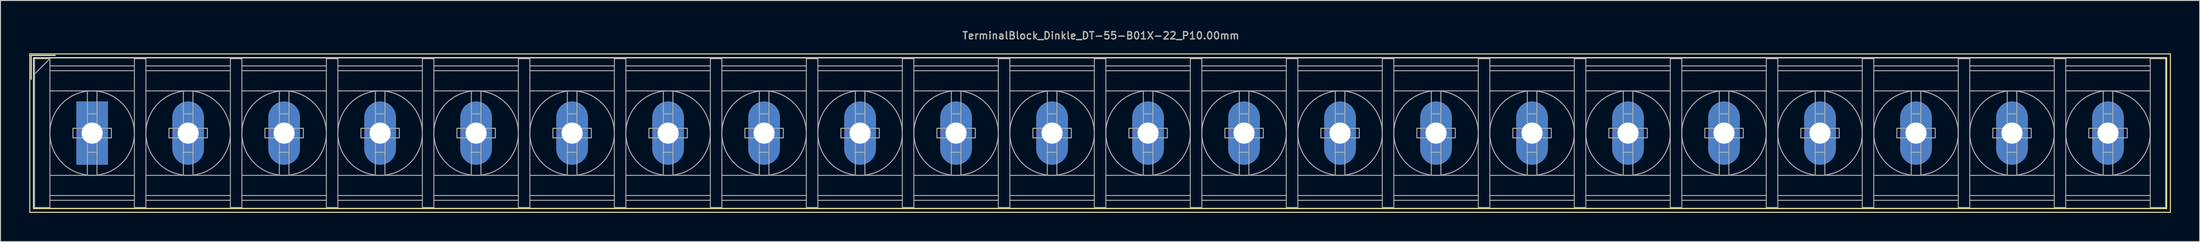
<source format=kicad_pcb>
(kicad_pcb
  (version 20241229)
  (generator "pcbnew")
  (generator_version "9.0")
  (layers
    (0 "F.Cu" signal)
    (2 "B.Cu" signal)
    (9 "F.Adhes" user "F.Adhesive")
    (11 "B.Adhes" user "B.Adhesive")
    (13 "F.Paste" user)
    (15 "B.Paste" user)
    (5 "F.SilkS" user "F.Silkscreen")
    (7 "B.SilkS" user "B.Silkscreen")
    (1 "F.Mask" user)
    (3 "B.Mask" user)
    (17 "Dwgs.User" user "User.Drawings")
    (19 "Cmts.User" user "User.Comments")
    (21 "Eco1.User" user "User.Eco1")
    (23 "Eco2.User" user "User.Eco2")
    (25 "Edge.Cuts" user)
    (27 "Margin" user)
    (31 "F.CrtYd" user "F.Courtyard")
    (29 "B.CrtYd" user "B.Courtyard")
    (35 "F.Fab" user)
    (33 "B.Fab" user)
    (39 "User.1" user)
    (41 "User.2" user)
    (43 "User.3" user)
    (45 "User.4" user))
  (footprint "TerminalBlock_Dinkle_DT-55-B01X-22_P10.00mm"
    (layer "F.Cu")
    (at 6.55 10.818)
    (property "Reference" "TerminalBlock_Dinkle_DT-55-B01X-22_P10.00mm" (at 105.08 -10.16 0) (layer "F.SilkS") (effects (font (size 0.75 0.75) (thickness 0.125))))
    (attr through_hole)
    (fp_line (start -6.5 -8.25) (end 216.5 -8.25) (stroke (width 0.1) (type solid)) (layer "F.SilkS"))
    (fp_line (start -6.5 8.25) (end -6.5 -8.25) (stroke (width 0.1) (type solid)) (layer "F.SilkS"))
    (fp_line (start -6.5 8.25) (end 216.5 8.25) (stroke (width 0.1) (type solid)) (layer "F.SilkS"))
    (fp_line (start -6.35 -8.1) (end -3.85 -8.1) (stroke (width 0.12) (type solid)) (layer "F.SilkS"))
    (fp_line (start -6.35 -5.6) (end -6.35 -8.1) (stroke (width 0.12) (type solid)) (layer "F.SilkS"))
    (fp_line (start -6.1 -7.85) (end 216.1 -7.85) (stroke (width 0.12) (type solid)) (layer "F.SilkS"))
    (fp_line (start -6.1 7.85) (end -6.1 -7.85) (stroke (width 0.12) (type solid)) (layer "F.SilkS"))
    (fp_line (start -6.1 7.85) (end 216.1 7.85) (stroke (width 0.12) (type solid)) (layer "F.SilkS"))
    (fp_line (start 216.1 -7.85) (end 216.1 7.85) (stroke (width 0.12) (type solid)) (layer "F.SilkS"))
    (fp_line (start 216.5 -8.25) (end 216.5 8.25) (stroke (width 0.1) (type solid)) (layer "F.SilkS"))
    (fp_line (start -6 -7.75) (end -6 7.75) (stroke (width 0.1) (type solid)) (layer "F.Fab"))
    (fp_line (start -6 -7.75) (end -4.4 -7.75) (stroke (width 0.1) (type solid)) (layer "F.Fab"))
    (fp_line (start -6 7.75) (end -4.4 7.75) (stroke (width 0.1) (type solid)) (layer "F.Fab"))
    (fp_line (start -4.4 -7.75) (end -6 -6.15) (stroke (width 0.1) (type solid)) (layer "F.Fab"))
    (fp_line (start -4.4 -7.75) (end -4.4 7.75) (stroke (width 0.1) (type solid)) (layer "F.Fab"))
    (fp_line (start -4.4 -7) (end 4.4 -7) (stroke (width 0.1) (type solid)) (layer "F.Fab"))
    (fp_line (start -4.4 -6.5) (end 4.4 -6.5) (stroke (width 0.1) (type solid)) (layer "F.Fab"))
    (fp_line (start -4.4 -4.4) (end 4.4 -4.4) (stroke (width 0.1) (type solid)) (layer "F.Fab"))
    (fp_line (start -4.4 4.4) (end 4.4 4.4) (stroke (width 0.1) (type solid)) (layer "F.Fab"))
    (fp_line (start -4.4 6.5) (end 4.4 6.5) (stroke (width 0.1) (type solid)) (layer "F.Fab"))
    (fp_line (start -4.4 7) (end 4.4 7) (stroke (width 0.1) (type solid)) (layer "F.Fab"))
    (fp_line (start -2 -0.5) (end -2 0.5) (stroke (width 0.1) (type solid)) (layer "F.Fab"))
    (fp_line (start -2 0.5) (end -0.5 0.5) (stroke (width 0.1) (type solid)) (layer "F.Fab"))
    (fp_line (start -0.5 -4.35) (end -0.5 -0.5) (stroke (width 0.1) (type solid)) (layer "F.Fab"))
    (fp_line (start -0.5 -2) (end 0.5 -2) (stroke (width 0.1) (type solid)) (layer "F.Fab"))
    (fp_line (start -0.5 -0.5) (end -2 -0.5) (stroke (width 0.1) (type solid)) (layer "F.Fab"))
    (fp_line (start -0.5 0.5) (end -0.5 4.35) (stroke (width 0.1) (type solid)) (layer "F.Fab"))
    (fp_line (start -0.5 2) (end 0.5 2) (stroke (width 0.1) (type solid)) (layer "F.Fab"))
    (fp_line (start 0.5 -4.35) (end 0.5 -0.5) (stroke (width 0.1) (type solid)) (layer "F.Fab"))
    (fp_line (start 0.5 -0.5) (end 2 -0.5) (stroke (width 0.1) (type solid)) (layer "F.Fab"))
    (fp_line (start 0.5 0.5) (end 0.5 4.35) (stroke (width 0.1) (type solid)) (layer "F.Fab"))
    (fp_line (start 2 -0.5) (end 2 0.5) (stroke (width 0.1) (type solid)) (layer "F.Fab"))
    (fp_line (start 2 0.5) (end 0.5 0.5) (stroke (width 0.1) (type solid)) (layer "F.Fab"))
    (fp_line (start 4.4 -7.75) (end 4.4 7.75) (stroke (width 0.1) (type solid)) (layer "F.Fab"))
    (fp_line (start 4.4 -7.75) (end 5.6 -7.75) (stroke (width 0.1) (type solid)) (layer "F.Fab"))
    (fp_line (start 4.4 7.75) (end 5.6 7.75) (stroke (width 0.1) (type solid)) (layer "F.Fab"))
    (fp_line (start 5.6 -7.75) (end 5.6 7.75) (stroke (width 0.1) (type solid)) (layer "F.Fab"))
    (fp_line (start 5.6 -7) (end 14.4 -7) (stroke (width 0.1) (type solid)) (layer "F.Fab"))
    (fp_line (start 5.6 -6.5) (end 14.4 -6.5) (stroke (width 0.1) (type solid)) (layer "F.Fab"))
    (fp_line (start 5.6 -4.4) (end 14.4 -4.4) (stroke (width 0.1) (type solid)) (layer "F.Fab"))
    (fp_line (start 5.6 4.4) (end 14.4 4.4) (stroke (width 0.1) (type solid)) (layer "F.Fab"))
    (fp_line (start 5.6 6.5) (end 14.4 6.5) (stroke (width 0.1) (type solid)) (layer "F.Fab"))
    (fp_line (start 5.6 7) (end 14.4 7) (stroke (width 0.1) (type solid)) (layer "F.Fab"))
    (fp_line (start 8 -0.5) (end 8 0.5) (stroke (width 0.1) (type solid)) (layer "F.Fab"))
    (fp_line (start 8 0.5) (end 9.5 0.5) (stroke (width 0.1) (type solid)) (layer "F.Fab"))
    (fp_line (start 9.5 -4.35) (end 9.5 -0.5) (stroke (width 0.1) (type solid)) (layer "F.Fab"))
    (fp_line (start 9.5 -2) (end 10.5 -2) (stroke (width 0.1) (type solid)) (layer "F.Fab"))
    (fp_line (start 9.5 -0.5) (end 8 -0.5) (stroke (width 0.1) (type solid)) (layer "F.Fab"))
    (fp_line (start 9.5 0.5) (end 9.5 4.35) (stroke (width 0.1) (type solid)) (layer "F.Fab"))
    (fp_line (start 9.5 2) (end 10.5 2) (stroke (width 0.1) (type solid)) (layer "F.Fab"))
    (fp_line (start 10.5 -4.35) (end 10.5 -0.5) (stroke (width 0.1) (type solid)) (layer "F.Fab"))
    (fp_line (start 10.5 -0.5) (end 12 -0.5) (stroke (width 0.1) (type solid)) (layer "F.Fab"))
    (fp_line (start 10.5 0.5) (end 10.5 4.35) (stroke (width 0.1) (type solid)) (layer "F.Fab"))
    (fp_line (start 12 -0.5) (end 12 0.5) (stroke (width 0.1) (type solid)) (layer "F.Fab"))
    (fp_line (start 12 0.5) (end 10.5 0.5) (stroke (width 0.1) (type solid)) (layer "F.Fab"))
    (fp_line (start 14.4 -7.75) (end 14.4 7.75) (stroke (width 0.1) (type solid)) (layer "F.Fab"))
    (fp_line (start 14.4 -7.75) (end 15.6 -7.75) (stroke (width 0.1) (type solid)) (layer "F.Fab"))
    (fp_line (start 14.4 7.75) (end 15.6 7.75) (stroke (width 0.1) (type solid)) (layer "F.Fab"))
    (fp_line (start 15.6 -7.75) (end 15.6 7.75) (stroke (width 0.1) (type solid)) (layer "F.Fab"))
    (fp_line (start 15.6 -7) (end 24.4 -7) (stroke (width 0.1) (type solid)) (layer "F.Fab"))
    (fp_line (start 15.6 -6.5) (end 24.4 -6.5) (stroke (width 0.1) (type solid)) (layer "F.Fab"))
    (fp_line (start 15.6 -4.4) (end 24.4 -4.4) (stroke (width 0.1) (type solid)) (layer "F.Fab"))
    (fp_line (start 15.6 4.4) (end 24.4 4.4) (stroke (width 0.1) (type solid)) (layer "F.Fab"))
    (fp_line (start 15.6 6.5) (end 24.4 6.5) (stroke (width 0.1) (type solid)) (layer "F.Fab"))
    (fp_line (start 15.6 7) (end 24.4 7) (stroke (width 0.1) (type solid)) (layer "F.Fab"))
    (fp_line (start 18 -0.5) (end 18 0.5) (stroke (width 0.1) (type solid)) (layer "F.Fab"))
    (fp_line (start 18 0.5) (end 19.5 0.5) (stroke (width 0.1) (type solid)) (layer "F.Fab"))
    (fp_line (start 19.5 -4.35) (end 19.5 -0.5) (stroke (width 0.1) (type solid)) (layer "F.Fab"))
    (fp_line (start 19.5 -2) (end 20.5 -2) (stroke (width 0.1) (type solid)) (layer "F.Fab"))
    (fp_line (start 19.5 -0.5) (end 18 -0.5) (stroke (width 0.1) (type solid)) (layer "F.Fab"))
    (fp_line (start 19.5 0.5) (end 19.5 4.35) (stroke (width 0.1) (type solid)) (layer "F.Fab"))
    (fp_line (start 19.5 2) (end 20.5 2) (stroke (width 0.1) (type solid)) (layer "F.Fab"))
    (fp_line (start 20.5 -4.35) (end 20.5 -0.5) (stroke (width 0.1) (type solid)) (layer "F.Fab"))
    (fp_line (start 20.5 -0.5) (end 22 -0.5) (stroke (width 0.1) (type solid)) (layer "F.Fab"))
    (fp_line (start 20.5 0.5) (end 20.5 4.35) (stroke (width 0.1) (type solid)) (layer "F.Fab"))
    (fp_line (start 22 -0.5) (end 22 0.5) (stroke (width 0.1) (type solid)) (layer "F.Fab"))
    (fp_line (start 22 0.5) (end 20.5 0.5) (stroke (width 0.1) (type solid)) (layer "F.Fab"))
    (fp_line (start 24.4 -7.75) (end 24.4 7.75) (stroke (width 0.1) (type solid)) (layer "F.Fab"))
    (fp_line (start 24.4 -7.75) (end 25.6 -7.75) (stroke (width 0.1) (type solid)) (layer "F.Fab"))
    (fp_line (start 24.4 7.75) (end 25.6 7.75) (stroke (width 0.1) (type solid)) (layer "F.Fab"))
    (fp_line (start 25.6 -7.75) (end 25.6 7.75) (stroke (width 0.1) (type solid)) (layer "F.Fab"))
    (fp_line (start 25.6 -7) (end 34.4 -7) (stroke (width 0.1) (type solid)) (layer "F.Fab"))
    (fp_line (start 25.6 -6.5) (end 34.4 -6.5) (stroke (width 0.1) (type solid)) (layer "F.Fab"))
    (fp_line (start 25.6 -4.4) (end 34.4 -4.4) (stroke (width 0.1) (type solid)) (layer "F.Fab"))
    (fp_line (start 25.6 4.4) (end 34.4 4.4) (stroke (width 0.1) (type solid)) (layer "F.Fab"))
    (fp_line (start 25.6 6.5) (end 34.4 6.5) (stroke (width 0.1) (type solid)) (layer "F.Fab"))
    (fp_line (start 25.6 7) (end 34.4 7) (stroke (width 0.1) (type solid)) (layer "F.Fab"))
    (fp_line (start 28 -0.5) (end 28 0.5) (stroke (width 0.1) (type solid)) (layer "F.Fab"))
    (fp_line (start 28 0.5) (end 29.5 0.5) (stroke (width 0.1) (type solid)) (layer "F.Fab"))
    (fp_line (start 29.5 -4.35) (end 29.5 -0.5) (stroke (width 0.1) (type solid)) (layer "F.Fab"))
    (fp_line (start 29.5 -2) (end 30.5 -2) (stroke (width 0.1) (type solid)) (layer "F.Fab"))
    (fp_line (start 29.5 -0.5) (end 28 -0.5) (stroke (width 0.1) (type solid)) (layer "F.Fab"))
    (fp_line (start 29.5 0.5) (end 29.5 4.35) (stroke (width 0.1) (type solid)) (layer "F.Fab"))
    (fp_line (start 29.5 2) (end 30.5 2) (stroke (width 0.1) (type solid)) (layer "F.Fab"))
    (fp_line (start 30.5 -4.35) (end 30.5 -0.5) (stroke (width 0.1) (type solid)) (layer "F.Fab"))
    (fp_line (start 30.5 -0.5) (end 32 -0.5) (stroke (width 0.1) (type solid)) (layer "F.Fab"))
    (fp_line (start 30.5 0.5) (end 30.5 4.35) (stroke (width 0.1) (type solid)) (layer "F.Fab"))
    (fp_line (start 32 -0.5) (end 32 0.5) (stroke (width 0.1) (type solid)) (layer "F.Fab"))
    (fp_line (start 32 0.5) (end 30.5 0.5) (stroke (width 0.1) (type solid)) (layer "F.Fab"))
    (fp_line (start 34.4 -7.75) (end 34.4 7.75) (stroke (width 0.1) (type solid)) (layer "F.Fab"))
    (fp_line (start 34.4 -7.75) (end 35.6 -7.75) (stroke (width 0.1) (type solid)) (layer "F.Fab"))
    (fp_line (start 34.4 7.75) (end 35.6 7.75) (stroke (width 0.1) (type solid)) (layer "F.Fab"))
    (fp_line (start 35.6 -7.75) (end 35.6 7.75) (stroke (width 0.1) (type solid)) (layer "F.Fab"))
    (fp_line (start 35.6 -7) (end 44.4 -7) (stroke (width 0.1) (type solid)) (layer "F.Fab"))
    (fp_line (start 35.6 -6.5) (end 44.4 -6.5) (stroke (width 0.1) (type solid)) (layer "F.Fab"))
    (fp_line (start 35.6 -4.4) (end 44.4 -4.4) (stroke (width 0.1) (type solid)) (layer "F.Fab"))
    (fp_line (start 35.6 4.4) (end 44.4 4.4) (stroke (width 0.1) (type solid)) (layer "F.Fab"))
    (fp_line (start 35.6 6.5) (end 44.4 6.5) (stroke (width 0.1) (type solid)) (layer "F.Fab"))
    (fp_line (start 35.6 7) (end 44.4 7) (stroke (width 0.1) (type solid)) (layer "F.Fab"))
    (fp_line (start 38 -0.5) (end 38 0.5) (stroke (width 0.1) (type solid)) (layer "F.Fab"))
    (fp_line (start 38 0.5) (end 39.5 0.5) (stroke (width 0.1) (type solid)) (layer "F.Fab"))
    (fp_line (start 39.5 -4.35) (end 39.5 -0.5) (stroke (width 0.1) (type solid)) (layer "F.Fab"))
    (fp_line (start 39.5 -2) (end 40.5 -2) (stroke (width 0.1) (type solid)) (layer "F.Fab"))
    (fp_line (start 39.5 -0.5) (end 38 -0.5) (stroke (width 0.1) (type solid)) (layer "F.Fab"))
    (fp_line (start 39.5 0.5) (end 39.5 4.35) (stroke (width 0.1) (type solid)) (layer "F.Fab"))
    (fp_line (start 39.5 2) (end 40.5 2) (stroke (width 0.1) (type solid)) (layer "F.Fab"))
    (fp_line (start 40.5 -4.35) (end 40.5 -0.5) (stroke (width 0.1) (type solid)) (layer "F.Fab"))
    (fp_line (start 40.5 -0.5) (end 42 -0.5) (stroke (width 0.1) (type solid)) (layer "F.Fab"))
    (fp_line (start 40.5 0.5) (end 40.5 4.35) (stroke (width 0.1) (type solid)) (layer "F.Fab"))
    (fp_line (start 42 -0.5) (end 42 0.5) (stroke (width 0.1) (type solid)) (layer "F.Fab"))
    (fp_line (start 42 0.5) (end 40.5 0.5) (stroke (width 0.1) (type solid)) (layer "F.Fab"))
    (fp_line (start 44.4 -7.75) (end 44.4 7.75) (stroke (width 0.1) (type solid)) (layer "F.Fab"))
    (fp_line (start 44.4 -7.75) (end 45.6 -7.75) (stroke (width 0.1) (type solid)) (layer "F.Fab"))
    (fp_line (start 44.4 7.75) (end 45.6 7.75) (stroke (width 0.1) (type solid)) (layer "F.Fab"))
    (fp_line (start 45.6 -7.75) (end 45.6 7.75) (stroke (width 0.1) (type solid)) (layer "F.Fab"))
    (fp_line (start 45.6 -7) (end 54.4 -7) (stroke (width 0.1) (type solid)) (layer "F.Fab"))
    (fp_line (start 45.6 -6.5) (end 54.4 -6.5) (stroke (width 0.1) (type solid)) (layer "F.Fab"))
    (fp_line (start 45.6 -4.4) (end 54.4 -4.4) (stroke (width 0.1) (type solid)) (layer "F.Fab"))
    (fp_line (start 45.6 4.4) (end 54.4 4.4) (stroke (width 0.1) (type solid)) (layer "F.Fab"))
    (fp_line (start 45.6 6.5) (end 54.4 6.5) (stroke (width 0.1) (type solid)) (layer "F.Fab"))
    (fp_line (start 45.6 7) (end 54.4 7) (stroke (width 0.1) (type solid)) (layer "F.Fab"))
    (fp_line (start 48 -0.5) (end 48 0.5) (stroke (width 0.1) (type solid)) (layer "F.Fab"))
    (fp_line (start 48 0.5) (end 49.5 0.5) (stroke (width 0.1) (type solid)) (layer "F.Fab"))
    (fp_line (start 49.5 -4.35) (end 49.5 -0.5) (stroke (width 0.1) (type solid)) (layer "F.Fab"))
    (fp_line (start 49.5 -2) (end 50.5 -2) (stroke (width 0.1) (type solid)) (layer "F.Fab"))
    (fp_line (start 49.5 -0.5) (end 48 -0.5) (stroke (width 0.1) (type solid)) (layer "F.Fab"))
    (fp_line (start 49.5 0.5) (end 49.5 4.35) (stroke (width 0.1) (type solid)) (layer "F.Fab"))
    (fp_line (start 49.5 2) (end 50.5 2) (stroke (width 0.1) (type solid)) (layer "F.Fab"))
    (fp_line (start 50.5 -4.35) (end 50.5 -0.5) (stroke (width 0.1) (type solid)) (layer "F.Fab"))
    (fp_line (start 50.5 -0.5) (end 52 -0.5) (stroke (width 0.1) (type solid)) (layer "F.Fab"))
    (fp_line (start 50.5 0.5) (end 50.5 4.35) (stroke (width 0.1) (type solid)) (layer "F.Fab"))
    (fp_line (start 52 -0.5) (end 52 0.5) (stroke (width 0.1) (type solid)) (layer "F.Fab"))
    (fp_line (start 52 0.5) (end 50.5 0.5) (stroke (width 0.1) (type solid)) (layer "F.Fab"))
    (fp_line (start 54.4 -7.75) (end 54.4 7.75) (stroke (width 0.1) (type solid)) (layer "F.Fab"))
    (fp_line (start 54.4 -7.75) (end 55.6 -7.75) (stroke (width 0.1) (type solid)) (layer "F.Fab"))
    (fp_line (start 54.4 7.75) (end 55.6 7.75) (stroke (width 0.1) (type solid)) (layer "F.Fab"))
    (fp_line (start 55.6 -7.75) (end 55.6 7.75) (stroke (width 0.1) (type solid)) (layer "F.Fab"))
    (fp_line (start 55.6 -7) (end 64.4 -7) (stroke (width 0.1) (type solid)) (layer "F.Fab"))
    (fp_line (start 55.6 -6.5) (end 64.4 -6.5) (stroke (width 0.1) (type solid)) (layer "F.Fab"))
    (fp_line (start 55.6 -4.4) (end 64.4 -4.4) (stroke (width 0.1) (type solid)) (layer "F.Fab"))
    (fp_line (start 55.6 4.4) (end 64.4 4.4) (stroke (width 0.1) (type solid)) (layer "F.Fab"))
    (fp_line (start 55.6 6.5) (end 64.4 6.5) (stroke (width 0.1) (type solid)) (layer "F.Fab"))
    (fp_line (start 55.6 7) (end 64.4 7) (stroke (width 0.1) (type solid)) (layer "F.Fab"))
    (fp_line (start 58 -0.5) (end 58 0.5) (stroke (width 0.1) (type solid)) (layer "F.Fab"))
    (fp_line (start 58 0.5) (end 59.5 0.5) (stroke (width 0.1) (type solid)) (layer "F.Fab"))
    (fp_line (start 59.5 -4.35) (end 59.5 -0.5) (stroke (width 0.1) (type solid)) (layer "F.Fab"))
    (fp_line (start 59.5 -2) (end 60.5 -2) (stroke (width 0.1) (type solid)) (layer "F.Fab"))
    (fp_line (start 59.5 -0.5) (end 58 -0.5) (stroke (width 0.1) (type solid)) (layer "F.Fab"))
    (fp_line (start 59.5 0.5) (end 59.5 4.35) (stroke (width 0.1) (type solid)) (layer "F.Fab"))
    (fp_line (start 59.5 2) (end 60.5 2) (stroke (width 0.1) (type solid)) (layer "F.Fab"))
    (fp_line (start 60.5 -4.35) (end 60.5 -0.5) (stroke (width 0.1) (type solid)) (layer "F.Fab"))
    (fp_line (start 60.5 -0.5) (end 62 -0.5) (stroke (width 0.1) (type solid)) (layer "F.Fab"))
    (fp_line (start 60.5 0.5) (end 60.5 4.35) (stroke (width 0.1) (type solid)) (layer "F.Fab"))
    (fp_line (start 62 -0.5) (end 62 0.5) (stroke (width 0.1) (type solid)) (layer "F.Fab"))
    (fp_line (start 62 0.5) (end 60.5 0.5) (stroke (width 0.1) (type solid)) (layer "F.Fab"))
    (fp_line (start 64.4 -7.75) (end 64.4 7.75) (stroke (width 0.1) (type solid)) (layer "F.Fab"))
    (fp_line (start 64.4 -7.75) (end 65.6 -7.75) (stroke (width 0.1) (type solid)) (layer "F.Fab"))
    (fp_line (start 64.4 7.75) (end 65.6 7.75) (stroke (width 0.1) (type solid)) (layer "F.Fab"))
    (fp_line (start 65.6 -7.75) (end 65.6 7.75) (stroke (width 0.1) (type solid)) (layer "F.Fab"))
    (fp_line (start 65.6 -7) (end 74.4 -7) (stroke (width 0.1) (type solid)) (layer "F.Fab"))
    (fp_line (start 65.6 -6.5) (end 74.4 -6.5) (stroke (width 0.1) (type solid)) (layer "F.Fab"))
    (fp_line (start 65.6 -4.4) (end 74.4 -4.4) (stroke (width 0.1) (type solid)) (layer "F.Fab"))
    (fp_line (start 65.6 4.4) (end 74.4 4.4) (stroke (width 0.1) (type solid)) (layer "F.Fab"))
    (fp_line (start 65.6 6.5) (end 74.4 6.5) (stroke (width 0.1) (type solid)) (layer "F.Fab"))
    (fp_line (start 65.6 7) (end 74.4 7) (stroke (width 0.1) (type solid)) (layer "F.Fab"))
    (fp_line (start 68 -0.5) (end 68 0.5) (stroke (width 0.1) (type solid)) (layer "F.Fab"))
    (fp_line (start 68 0.5) (end 69.5 0.5) (stroke (width 0.1) (type solid)) (layer "F.Fab"))
    (fp_line (start 69.5 -4.35) (end 69.5 -0.5) (stroke (width 0.1) (type solid)) (layer "F.Fab"))
    (fp_line (start 69.5 -2) (end 70.5 -2) (stroke (width 0.1) (type solid)) (layer "F.Fab"))
    (fp_line (start 69.5 -0.5) (end 68 -0.5) (stroke (width 0.1) (type solid)) (layer "F.Fab"))
    (fp_line (start 69.5 0.5) (end 69.5 4.35) (stroke (width 0.1) (type solid)) (layer "F.Fab"))
    (fp_line (start 69.5 2) (end 70.5 2) (stroke (width 0.1) (type solid)) (layer "F.Fab"))
    (fp_line (start 70.5 -4.35) (end 70.5 -0.5) (stroke (width 0.1) (type solid)) (layer "F.Fab"))
    (fp_line (start 70.5 -0.5) (end 72 -0.5) (stroke (width 0.1) (type solid)) (layer "F.Fab"))
    (fp_line (start 70.5 0.5) (end 70.5 4.35) (stroke (width 0.1) (type solid)) (layer "F.Fab"))
    (fp_line (start 72 -0.5) (end 72 0.5) (stroke (width 0.1) (type solid)) (layer "F.Fab"))
    (fp_line (start 72 0.5) (end 70.5 0.5) (stroke (width 0.1) (type solid)) (layer "F.Fab"))
    (fp_line (start 74.4 -7.75) (end 74.4 7.75) (stroke (width 0.1) (type solid)) (layer "F.Fab"))
    (fp_line (start 74.4 -7.75) (end 75.6 -7.75) (stroke (width 0.1) (type solid)) (layer "F.Fab"))
    (fp_line (start 74.4 7.75) (end 75.6 7.75) (stroke (width 0.1) (type solid)) (layer "F.Fab"))
    (fp_line (start 75.6 -7.75) (end 75.6 7.75) (stroke (width 0.1) (type solid)) (layer "F.Fab"))
    (fp_line (start 75.6 -7) (end 84.4 -7) (stroke (width 0.1) (type solid)) (layer "F.Fab"))
    (fp_line (start 75.6 -6.5) (end 84.4 -6.5) (stroke (width 0.1) (type solid)) (layer "F.Fab"))
    (fp_line (start 75.6 -4.4) (end 84.4 -4.4) (stroke (width 0.1) (type solid)) (layer "F.Fab"))
    (fp_line (start 75.6 4.4) (end 84.4 4.4) (stroke (width 0.1) (type solid)) (layer "F.Fab"))
    (fp_line (start 75.6 6.5) (end 84.4 6.5) (stroke (width 0.1) (type solid)) (layer "F.Fab"))
    (fp_line (start 75.6 7) (end 84.4 7) (stroke (width 0.1) (type solid)) (layer "F.Fab"))
    (fp_line (start 78 -0.5) (end 78 0.5) (stroke (width 0.1) (type solid)) (layer "F.Fab"))
    (fp_line (start 78 0.5) (end 79.5 0.5) (stroke (width 0.1) (type solid)) (layer "F.Fab"))
    (fp_line (start 79.5 -4.35) (end 79.5 -0.5) (stroke (width 0.1) (type solid)) (layer "F.Fab"))
    (fp_line (start 79.5 -2) (end 80.5 -2) (stroke (width 0.1) (type solid)) (layer "F.Fab"))
    (fp_line (start 79.5 -0.5) (end 78 -0.5) (stroke (width 0.1) (type solid)) (layer "F.Fab"))
    (fp_line (start 79.5 0.5) (end 79.5 4.35) (stroke (width 0.1) (type solid)) (layer "F.Fab"))
    (fp_line (start 79.5 2) (end 80.5 2) (stroke (width 0.1) (type solid)) (layer "F.Fab"))
    (fp_line (start 80.5 -4.35) (end 80.5 -0.5) (stroke (width 0.1) (type solid)) (layer "F.Fab"))
    (fp_line (start 80.5 -0.5) (end 82 -0.5) (stroke (width 0.1) (type solid)) (layer "F.Fab"))
    (fp_line (start 80.5 0.5) (end 80.5 4.35) (stroke (width 0.1) (type solid)) (layer "F.Fab"))
    (fp_line (start 82 -0.5) (end 82 0.5) (stroke (width 0.1) (type solid)) (layer "F.Fab"))
    (fp_line (start 82 0.5) (end 80.5 0.5) (stroke (width 0.1) (type solid)) (layer "F.Fab"))
    (fp_line (start 84.4 -7.75) (end 84.4 7.75) (stroke (width 0.1) (type solid)) (layer "F.Fab"))
    (fp_line (start 84.4 -7.75) (end 85.6 -7.75) (stroke (width 0.1) (type solid)) (layer "F.Fab"))
    (fp_line (start 84.4 7.75) (end 85.6 7.75) (stroke (width 0.1) (type solid)) (layer "F.Fab"))
    (fp_line (start 85.6 -7.75) (end 85.6 7.75) (stroke (width 0.1) (type solid)) (layer "F.Fab"))
    (fp_line (start 85.6 -7) (end 94.4 -7) (stroke (width 0.1) (type solid)) (layer "F.Fab"))
    (fp_line (start 85.6 -6.5) (end 94.4 -6.5) (stroke (width 0.1) (type solid)) (layer "F.Fab"))
    (fp_line (start 85.6 -4.4) (end 94.4 -4.4) (stroke (width 0.1) (type solid)) (layer "F.Fab"))
    (fp_line (start 85.6 4.4) (end 94.4 4.4) (stroke (width 0.1) (type solid)) (layer "F.Fab"))
    (fp_line (start 85.6 6.5) (end 94.4 6.5) (stroke (width 0.1) (type solid)) (layer "F.Fab"))
    (fp_line (start 85.6 7) (end 94.4 7) (stroke (width 0.1) (type solid)) (layer "F.Fab"))
    (fp_line (start 88 -0.5) (end 88 0.5) (stroke (width 0.1) (type solid)) (layer "F.Fab"))
    (fp_line (start 88 0.5) (end 89.5 0.5) (stroke (width 0.1) (type solid)) (layer "F.Fab"))
    (fp_line (start 89.5 -4.35) (end 89.5 -0.5) (stroke (width 0.1) (type solid)) (layer "F.Fab"))
    (fp_line (start 89.5 -2) (end 90.5 -2) (stroke (width 0.1) (type solid)) (layer "F.Fab"))
    (fp_line (start 89.5 -0.5) (end 88 -0.5) (stroke (width 0.1) (type solid)) (layer "F.Fab"))
    (fp_line (start 89.5 0.5) (end 89.5 4.35) (stroke (width 0.1) (type solid)) (layer "F.Fab"))
    (fp_line (start 89.5 2) (end 90.5 2) (stroke (width 0.1) (type solid)) (layer "F.Fab"))
    (fp_line (start 90.5 -4.35) (end 90.5 -0.5) (stroke (width 0.1) (type solid)) (layer "F.Fab"))
    (fp_line (start 90.5 -0.5) (end 92 -0.5) (stroke (width 0.1) (type solid)) (layer "F.Fab"))
    (fp_line (start 90.5 0.5) (end 90.5 4.35) (stroke (width 0.1) (type solid)) (layer "F.Fab"))
    (fp_line (start 92 -0.5) (end 92 0.5) (stroke (width 0.1) (type solid)) (layer "F.Fab"))
    (fp_line (start 92 0.5) (end 90.5 0.5) (stroke (width 0.1) (type solid)) (layer "F.Fab"))
    (fp_line (start 94.4 -7.75) (end 94.4 7.75) (stroke (width 0.1) (type solid)) (layer "F.Fab"))
    (fp_line (start 94.4 -7.75) (end 95.6 -7.75) (stroke (width 0.1) (type solid)) (layer "F.Fab"))
    (fp_line (start 94.4 7.75) (end 95.6 7.75) (stroke (width 0.1) (type solid)) (layer "F.Fab"))
    (fp_line (start 95.6 -7.75) (end 95.6 7.75) (stroke (width 0.1) (type solid)) (layer "F.Fab"))
    (fp_line (start 95.6 -7) (end 104.4 -7) (stroke (width 0.1) (type solid)) (layer "F.Fab"))
    (fp_line (start 95.6 -6.5) (end 104.4 -6.5) (stroke (width 0.1) (type solid)) (layer "F.Fab"))
    (fp_line (start 95.6 -4.4) (end 104.4 -4.4) (stroke (width 0.1) (type solid)) (layer "F.Fab"))
    (fp_line (start 95.6 4.4) (end 104.4 4.4) (stroke (width 0.1) (type solid)) (layer "F.Fab"))
    (fp_line (start 95.6 6.5) (end 104.4 6.5) (stroke (width 0.1) (type solid)) (layer "F.Fab"))
    (fp_line (start 95.6 7) (end 104.4 7) (stroke (width 0.1) (type solid)) (layer "F.Fab"))
    (fp_line (start 98 -0.5) (end 98 0.5) (stroke (width 0.1) (type solid)) (layer "F.Fab"))
    (fp_line (start 98 0.5) (end 99.5 0.5) (stroke (width 0.1) (type solid)) (layer "F.Fab"))
    (fp_line (start 99.5 -4.35) (end 99.5 -0.5) (stroke (width 0.1) (type solid)) (layer "F.Fab"))
    (fp_line (start 99.5 -2) (end 100.5 -2) (stroke (width 0.1) (type solid)) (layer "F.Fab"))
    (fp_line (start 99.5 -0.5) (end 98 -0.5) (stroke (width 0.1) (type solid)) (layer "F.Fab"))
    (fp_line (start 99.5 0.5) (end 99.5 4.35) (stroke (width 0.1) (type solid)) (layer "F.Fab"))
    (fp_line (start 99.5 2) (end 100.5 2) (stroke (width 0.1) (type solid)) (layer "F.Fab"))
    (fp_line (start 100.5 -4.35) (end 100.5 -0.5) (stroke (width 0.1) (type solid)) (layer "F.Fab"))
    (fp_line (start 100.5 -0.5) (end 102 -0.5) (stroke (width 0.1) (type solid)) (layer "F.Fab"))
    (fp_line (start 100.5 0.5) (end 100.5 4.35) (stroke (width 0.1) (type solid)) (layer "F.Fab"))
    (fp_line (start 102 -0.5) (end 102 0.5) (stroke (width 0.1) (type solid)) (layer "F.Fab"))
    (fp_line (start 102 0.5) (end 100.5 0.5) (stroke (width 0.1) (type solid)) (layer "F.Fab"))
    (fp_line (start 104.4 -7.75) (end 104.4 7.75) (stroke (width 0.1) (type solid)) (layer "F.Fab"))
    (fp_line (start 104.4 -7.75) (end 105.6 -7.75) (stroke (width 0.1) (type solid)) (layer "F.Fab"))
    (fp_line (start 104.4 7.75) (end 105.6 7.75) (stroke (width 0.1) (type solid)) (layer "F.Fab"))
    (fp_line (start 105.6 -7.75) (end 105.6 7.75) (stroke (width 0.1) (type solid)) (layer "F.Fab"))
    (fp_line (start 105.6 -7) (end 114.4 -7) (stroke (width 0.1) (type solid)) (layer "F.Fab"))
    (fp_line (start 105.6 -6.5) (end 114.4 -6.5) (stroke (width 0.1) (type solid)) (layer "F.Fab"))
    (fp_line (start 105.6 -4.4) (end 114.4 -4.4) (stroke (width 0.1) (type solid)) (layer "F.Fab"))
    (fp_line (start 105.6 4.4) (end 114.4 4.4) (stroke (width 0.1) (type solid)) (layer "F.Fab"))
    (fp_line (start 105.6 6.5) (end 114.4 6.5) (stroke (width 0.1) (type solid)) (layer "F.Fab"))
    (fp_line (start 105.6 7) (end 114.4 7) (stroke (width 0.1) (type solid)) (layer "F.Fab"))
    (fp_line (start 108 -0.5) (end 108 0.5) (stroke (width 0.1) (type solid)) (layer "F.Fab"))
    (fp_line (start 108 0.5) (end 109.5 0.5) (stroke (width 0.1) (type solid)) (layer "F.Fab"))
    (fp_line (start 109.5 -4.35) (end 109.5 -0.5) (stroke (width 0.1) (type solid)) (layer "F.Fab"))
    (fp_line (start 109.5 -2) (end 110.5 -2) (stroke (width 0.1) (type solid)) (layer "F.Fab"))
    (fp_line (start 109.5 -0.5) (end 108 -0.5) (stroke (width 0.1) (type solid)) (layer "F.Fab"))
    (fp_line (start 109.5 0.5) (end 109.5 4.35) (stroke (width 0.1) (type solid)) (layer "F.Fab"))
    (fp_line (start 109.5 2) (end 110.5 2) (stroke (width 0.1) (type solid)) (layer "F.Fab"))
    (fp_line (start 110.5 -4.35) (end 110.5 -0.5) (stroke (width 0.1) (type solid)) (layer "F.Fab"))
    (fp_line (start 110.5 -0.5) (end 112 -0.5) (stroke (width 0.1) (type solid)) (layer "F.Fab"))
    (fp_line (start 110.5 0.5) (end 110.5 4.35) (stroke (width 0.1) (type solid)) (layer "F.Fab"))
    (fp_line (start 112 -0.5) (end 112 0.5) (stroke (width 0.1) (type solid)) (layer "F.Fab"))
    (fp_line (start 112 0.5) (end 110.5 0.5) (stroke (width 0.1) (type solid)) (layer "F.Fab"))
    (fp_line (start 114.4 -7.75) (end 114.4 7.75) (stroke (width 0.1) (type solid)) (layer "F.Fab"))
    (fp_line (start 114.4 -7.75) (end 115.6 -7.75) (stroke (width 0.1) (type solid)) (layer "F.Fab"))
    (fp_line (start 114.4 7.75) (end 115.6 7.75) (stroke (width 0.1) (type solid)) (layer "F.Fab"))
    (fp_line (start 115.6 -7.75) (end 115.6 7.75) (stroke (width 0.1) (type solid)) (layer "F.Fab"))
    (fp_line (start 115.6 -7) (end 124.4 -7) (stroke (width 0.1) (type solid)) (layer "F.Fab"))
    (fp_line (start 115.6 -6.5) (end 124.4 -6.5) (stroke (width 0.1) (type solid)) (layer "F.Fab"))
    (fp_line (start 115.6 -4.4) (end 124.4 -4.4) (stroke (width 0.1) (type solid)) (layer "F.Fab"))
    (fp_line (start 115.6 4.4) (end 124.4 4.4) (stroke (width 0.1) (type solid)) (layer "F.Fab"))
    (fp_line (start 115.6 6.5) (end 124.4 6.5) (stroke (width 0.1) (type solid)) (layer "F.Fab"))
    (fp_line (start 115.6 7) (end 124.4 7) (stroke (width 0.1) (type solid)) (layer "F.Fab"))
    (fp_line (start 118 -0.5) (end 118 0.5) (stroke (width 0.1) (type solid)) (layer "F.Fab"))
    (fp_line (start 118 0.5) (end 119.5 0.5) (stroke (width 0.1) (type solid)) (layer "F.Fab"))
    (fp_line (start 119.5 -4.35) (end 119.5 -0.5) (stroke (width 0.1) (type solid)) (layer "F.Fab"))
    (fp_line (start 119.5 -2) (end 120.5 -2) (stroke (width 0.1) (type solid)) (layer "F.Fab"))
    (fp_line (start 119.5 -0.5) (end 118 -0.5) (stroke (width 0.1) (type solid)) (layer "F.Fab"))
    (fp_line (start 119.5 0.5) (end 119.5 4.35) (stroke (width 0.1) (type solid)) (layer "F.Fab"))
    (fp_line (start 119.5 2) (end 120.5 2) (stroke (width 0.1) (type solid)) (layer "F.Fab"))
    (fp_line (start 120.5 -4.35) (end 120.5 -0.5) (stroke (width 0.1) (type solid)) (layer "F.Fab"))
    (fp_line (start 120.5 -0.5) (end 122 -0.5) (stroke (width 0.1) (type solid)) (layer "F.Fab"))
    (fp_line (start 120.5 0.5) (end 120.5 4.35) (stroke (width 0.1) (type solid)) (layer "F.Fab"))
    (fp_line (start 122 -0.5) (end 122 0.5) (stroke (width 0.1) (type solid)) (layer "F.Fab"))
    (fp_line (start 122 0.5) (end 120.5 0.5) (stroke (width 0.1) (type solid)) (layer "F.Fab"))
    (fp_line (start 124.4 -7.75) (end 124.4 7.75) (stroke (width 0.1) (type solid)) (layer "F.Fab"))
    (fp_line (start 124.4 -7.75) (end 125.6 -7.75) (stroke (width 0.1) (type solid)) (layer "F.Fab"))
    (fp_line (start 124.4 7.75) (end 125.6 7.75) (stroke (width 0.1) (type solid)) (layer "F.Fab"))
    (fp_line (start 125.6 -7.75) (end 125.6 7.75) (stroke (width 0.1) (type solid)) (layer "F.Fab"))
    (fp_line (start 125.6 -7) (end 134.4 -7) (stroke (width 0.1) (type solid)) (layer "F.Fab"))
    (fp_line (start 125.6 -6.5) (end 134.4 -6.5) (stroke (width 0.1) (type solid)) (layer "F.Fab"))
    (fp_line (start 125.6 -4.4) (end 134.4 -4.4) (stroke (width 0.1) (type solid)) (layer "F.Fab"))
    (fp_line (start 125.6 4.4) (end 134.4 4.4) (stroke (width 0.1) (type solid)) (layer "F.Fab"))
    (fp_line (start 125.6 6.5) (end 134.4 6.5) (stroke (width 0.1) (type solid)) (layer "F.Fab"))
    (fp_line (start 125.6 7) (end 134.4 7) (stroke (width 0.1) (type solid)) (layer "F.Fab"))
    (fp_line (start 128 -0.5) (end 128 0.5) (stroke (width 0.1) (type solid)) (layer "F.Fab"))
    (fp_line (start 128 0.5) (end 129.5 0.5) (stroke (width 0.1) (type solid)) (layer "F.Fab"))
    (fp_line (start 129.5 -4.35) (end 129.5 -0.5) (stroke (width 0.1) (type solid)) (layer "F.Fab"))
    (fp_line (start 129.5 -2) (end 130.5 -2) (stroke (width 0.1) (type solid)) (layer "F.Fab"))
    (fp_line (start 129.5 -0.5) (end 128 -0.5) (stroke (width 0.1) (type solid)) (layer "F.Fab"))
    (fp_line (start 129.5 0.5) (end 129.5 4.35) (stroke (width 0.1) (type solid)) (layer "F.Fab"))
    (fp_line (start 129.5 2) (end 130.5 2) (stroke (width 0.1) (type solid)) (layer "F.Fab"))
    (fp_line (start 130.5 -4.35) (end 130.5 -0.5) (stroke (width 0.1) (type solid)) (layer "F.Fab"))
    (fp_line (start 130.5 -0.5) (end 132 -0.5) (stroke (width 0.1) (type solid)) (layer "F.Fab"))
    (fp_line (start 130.5 0.5) (end 130.5 4.35) (stroke (width 0.1) (type solid)) (layer "F.Fab"))
    (fp_line (start 132 -0.5) (end 132 0.5) (stroke (width 0.1) (type solid)) (layer "F.Fab"))
    (fp_line (start 132 0.5) (end 130.5 0.5) (stroke (width 0.1) (type solid)) (layer "F.Fab"))
    (fp_line (start 134.4 -7.75) (end 134.4 7.75) (stroke (width 0.1) (type solid)) (layer "F.Fab"))
    (fp_line (start 134.4 -7.75) (end 135.6 -7.75) (stroke (width 0.1) (type solid)) (layer "F.Fab"))
    (fp_line (start 134.4 7.75) (end 135.6 7.75) (stroke (width 0.1) (type solid)) (layer "F.Fab"))
    (fp_line (start 135.6 -7.75) (end 135.6 7.75) (stroke (width 0.1) (type solid)) (layer "F.Fab"))
    (fp_line (start 135.6 -7) (end 144.4 -7) (stroke (width 0.1) (type solid)) (layer "F.Fab"))
    (fp_line (start 135.6 -6.5) (end 144.4 -6.5) (stroke (width 0.1) (type solid)) (layer "F.Fab"))
    (fp_line (start 135.6 -4.4) (end 144.4 -4.4) (stroke (width 0.1) (type solid)) (layer "F.Fab"))
    (fp_line (start 135.6 4.4) (end 144.4 4.4) (stroke (width 0.1) (type solid)) (layer "F.Fab"))
    (fp_line (start 135.6 6.5) (end 144.4 6.5) (stroke (width 0.1) (type solid)) (layer "F.Fab"))
    (fp_line (start 135.6 7) (end 144.4 7) (stroke (width 0.1) (type solid)) (layer "F.Fab"))
    (fp_line (start 138 -0.5) (end 138 0.5) (stroke (width 0.1) (type solid)) (layer "F.Fab"))
    (fp_line (start 138 0.5) (end 139.5 0.5) (stroke (width 0.1) (type solid)) (layer "F.Fab"))
    (fp_line (start 139.5 -4.35) (end 139.5 -0.5) (stroke (width 0.1) (type solid)) (layer "F.Fab"))
    (fp_line (start 139.5 -2) (end 140.5 -2) (stroke (width 0.1) (type solid)) (layer "F.Fab"))
    (fp_line (start 139.5 -0.5) (end 138 -0.5) (stroke (width 0.1) (type solid)) (layer "F.Fab"))
    (fp_line (start 139.5 0.5) (end 139.5 4.35) (stroke (width 0.1) (type solid)) (layer "F.Fab"))
    (fp_line (start 139.5 2) (end 140.5 2) (stroke (width 0.1) (type solid)) (layer "F.Fab"))
    (fp_line (start 140.5 -4.35) (end 140.5 -0.5) (stroke (width 0.1) (type solid)) (layer "F.Fab"))
    (fp_line (start 140.5 -0.5) (end 142 -0.5) (stroke (width 0.1) (type solid)) (layer "F.Fab"))
    (fp_line (start 140.5 0.5) (end 140.5 4.35) (stroke (width 0.1) (type solid)) (layer "F.Fab"))
    (fp_line (start 142 -0.5) (end 142 0.5) (stroke (width 0.1) (type solid)) (layer "F.Fab"))
    (fp_line (start 142 0.5) (end 140.5 0.5) (stroke (width 0.1) (type solid)) (layer "F.Fab"))
    (fp_line (start 144.4 -7.75) (end 144.4 7.75) (stroke (width 0.1) (type solid)) (layer "F.Fab"))
    (fp_line (start 144.4 -7.75) (end 145.6 -7.75) (stroke (width 0.1) (type solid)) (layer "F.Fab"))
    (fp_line (start 144.4 7.75) (end 145.6 7.75) (stroke (width 0.1) (type solid)) (layer "F.Fab"))
    (fp_line (start 145.6 -7.75) (end 145.6 7.75) (stroke (width 0.1) (type solid)) (layer "F.Fab"))
    (fp_line (start 145.6 -7) (end 154.4 -7) (stroke (width 0.1) (type solid)) (layer "F.Fab"))
    (fp_line (start 145.6 -6.5) (end 154.4 -6.5) (stroke (width 0.1) (type solid)) (layer "F.Fab"))
    (fp_line (start 145.6 -4.4) (end 154.4 -4.4) (stroke (width 0.1) (type solid)) (layer "F.Fab"))
    (fp_line (start 145.6 4.4) (end 154.4 4.4) (stroke (width 0.1) (type solid)) (layer "F.Fab"))
    (fp_line (start 145.6 6.5) (end 154.4 6.5) (stroke (width 0.1) (type solid)) (layer "F.Fab"))
    (fp_line (start 145.6 7) (end 154.4 7) (stroke (width 0.1) (type solid)) (layer "F.Fab"))
    (fp_line (start 148 -0.5) (end 148 0.5) (stroke (width 0.1) (type solid)) (layer "F.Fab"))
    (fp_line (start 148 0.5) (end 149.5 0.5) (stroke (width 0.1) (type solid)) (layer "F.Fab"))
    (fp_line (start 149.5 -4.35) (end 149.5 -0.5) (stroke (width 0.1) (type solid)) (layer "F.Fab"))
    (fp_line (start 149.5 -2) (end 150.5 -2) (stroke (width 0.1) (type solid)) (layer "F.Fab"))
    (fp_line (start 149.5 -0.5) (end 148 -0.5) (stroke (width 0.1) (type solid)) (layer "F.Fab"))
    (fp_line (start 149.5 0.5) (end 149.5 4.35) (stroke (width 0.1) (type solid)) (layer "F.Fab"))
    (fp_line (start 149.5 2) (end 150.5 2) (stroke (width 0.1) (type solid)) (layer "F.Fab"))
    (fp_line (start 150.5 -4.35) (end 150.5 -0.5) (stroke (width 0.1) (type solid)) (layer "F.Fab"))
    (fp_line (start 150.5 -0.5) (end 152 -0.5) (stroke (width 0.1) (type solid)) (layer "F.Fab"))
    (fp_line (start 150.5 0.5) (end 150.5 4.35) (stroke (width 0.1) (type solid)) (layer "F.Fab"))
    (fp_line (start 152 -0.5) (end 152 0.5) (stroke (width 0.1) (type solid)) (layer "F.Fab"))
    (fp_line (start 152 0.5) (end 150.5 0.5) (stroke (width 0.1) (type solid)) (layer "F.Fab"))
    (fp_line (start 154.4 -7.75) (end 154.4 7.75) (stroke (width 0.1) (type solid)) (layer "F.Fab"))
    (fp_line (start 154.4 -7.75) (end 155.6 -7.75) (stroke (width 0.1) (type solid)) (layer "F.Fab"))
    (fp_line (start 154.4 7.75) (end 155.6 7.75) (stroke (width 0.1) (type solid)) (layer "F.Fab"))
    (fp_line (start 155.6 -7.75) (end 155.6 7.75) (stroke (width 0.1) (type solid)) (layer "F.Fab"))
    (fp_line (start 155.6 -7) (end 164.4 -7) (stroke (width 0.1) (type solid)) (layer "F.Fab"))
    (fp_line (start 155.6 -6.5) (end 164.4 -6.5) (stroke (width 0.1) (type solid)) (layer "F.Fab"))
    (fp_line (start 155.6 -4.4) (end 164.4 -4.4) (stroke (width 0.1) (type solid)) (layer "F.Fab"))
    (fp_line (start 155.6 4.4) (end 164.4 4.4) (stroke (width 0.1) (type solid)) (layer "F.Fab"))
    (fp_line (start 155.6 6.5) (end 164.4 6.5) (stroke (width 0.1) (type solid)) (layer "F.Fab"))
    (fp_line (start 155.6 7) (end 164.4 7) (stroke (width 0.1) (type solid)) (layer "F.Fab"))
    (fp_line (start 158 -0.5) (end 158 0.5) (stroke (width 0.1) (type solid)) (layer "F.Fab"))
    (fp_line (start 158 0.5) (end 159.5 0.5) (stroke (width 0.1) (type solid)) (layer "F.Fab"))
    (fp_line (start 159.5 -4.35) (end 159.5 -0.5) (stroke (width 0.1) (type solid)) (layer "F.Fab"))
    (fp_line (start 159.5 -2) (end 160.5 -2) (stroke (width 0.1) (type solid)) (layer "F.Fab"))
    (fp_line (start 159.5 -0.5) (end 158 -0.5) (stroke (width 0.1) (type solid)) (layer "F.Fab"))
    (fp_line (start 159.5 0.5) (end 159.5 4.35) (stroke (width 0.1) (type solid)) (layer "F.Fab"))
    (fp_line (start 159.5 2) (end 160.5 2) (stroke (width 0.1) (type solid)) (layer "F.Fab"))
    (fp_line (start 160.5 -4.35) (end 160.5 -0.5) (stroke (width 0.1) (type solid)) (layer "F.Fab"))
    (fp_line (start 160.5 -0.5) (end 162 -0.5) (stroke (width 0.1) (type solid)) (layer "F.Fab"))
    (fp_line (start 160.5 0.5) (end 160.5 4.35) (stroke (width 0.1) (type solid)) (layer "F.Fab"))
    (fp_line (start 162 -0.5) (end 162 0.5) (stroke (width 0.1) (type solid)) (layer "F.Fab"))
    (fp_line (start 162 0.5) (end 160.5 0.5) (stroke (width 0.1) (type solid)) (layer "F.Fab"))
    (fp_line (start 164.4 -7.75) (end 164.4 7.75) (stroke (width 0.1) (type solid)) (layer "F.Fab"))
    (fp_line (start 164.4 -7.75) (end 165.6 -7.75) (stroke (width 0.1) (type solid)) (layer "F.Fab"))
    (fp_line (start 164.4 7.75) (end 165.6 7.75) (stroke (width 0.1) (type solid)) (layer "F.Fab"))
    (fp_line (start 165.6 -7.75) (end 165.6 7.75) (stroke (width 0.1) (type solid)) (layer "F.Fab"))
    (fp_line (start 165.6 -7) (end 174.4 -7) (stroke (width 0.1) (type solid)) (layer "F.Fab"))
    (fp_line (start 165.6 -6.5) (end 174.4 -6.5) (stroke (width 0.1) (type solid)) (layer "F.Fab"))
    (fp_line (start 165.6 -4.4) (end 174.4 -4.4) (stroke (width 0.1) (type solid)) (layer "F.Fab"))
    (fp_line (start 165.6 4.4) (end 174.4 4.4) (stroke (width 0.1) (type solid)) (layer "F.Fab"))
    (fp_line (start 165.6 6.5) (end 174.4 6.5) (stroke (width 0.1) (type solid)) (layer "F.Fab"))
    (fp_line (start 165.6 7) (end 174.4 7) (stroke (width 0.1) (type solid)) (layer "F.Fab"))
    (fp_line (start 168 -0.5) (end 168 0.5) (stroke (width 0.1) (type solid)) (layer "F.Fab"))
    (fp_line (start 168 0.5) (end 169.5 0.5) (stroke (width 0.1) (type solid)) (layer "F.Fab"))
    (fp_line (start 169.5 -4.35) (end 169.5 -0.5) (stroke (width 0.1) (type solid)) (layer "F.Fab"))
    (fp_line (start 169.5 -2) (end 170.5 -2) (stroke (width 0.1) (type solid)) (layer "F.Fab"))
    (fp_line (start 169.5 -0.5) (end 168 -0.5) (stroke (width 0.1) (type solid)) (layer "F.Fab"))
    (fp_line (start 169.5 0.5) (end 169.5 4.35) (stroke (width 0.1) (type solid)) (layer "F.Fab"))
    (fp_line (start 169.5 2) (end 170.5 2) (stroke (width 0.1) (type solid)) (layer "F.Fab"))
    (fp_line (start 170.5 -4.35) (end 170.5 -0.5) (stroke (width 0.1) (type solid)) (layer "F.Fab"))
    (fp_line (start 170.5 -0.5) (end 172 -0.5) (stroke (width 0.1) (type solid)) (layer "F.Fab"))
    (fp_line (start 170.5 0.5) (end 170.5 4.35) (stroke (width 0.1) (type solid)) (layer "F.Fab"))
    (fp_line (start 172 -0.5) (end 172 0.5) (stroke (width 0.1) (type solid)) (layer "F.Fab"))
    (fp_line (start 172 0.5) (end 170.5 0.5) (stroke (width 0.1) (type solid)) (layer "F.Fab"))
    (fp_line (start 174.4 -7.75) (end 174.4 7.75) (stroke (width 0.1) (type solid)) (layer "F.Fab"))
    (fp_line (start 174.4 -7.75) (end 175.6 -7.75) (stroke (width 0.1) (type solid)) (layer "F.Fab"))
    (fp_line (start 174.4 7.75) (end 175.6 7.75) (stroke (width 0.1) (type solid)) (layer "F.Fab"))
    (fp_line (start 175.6 -7.75) (end 175.6 7.75) (stroke (width 0.1) (type solid)) (layer "F.Fab"))
    (fp_line (start 175.6 -7) (end 184.4 -7) (stroke (width 0.1) (type solid)) (layer "F.Fab"))
    (fp_line (start 175.6 -6.5) (end 184.4 -6.5) (stroke (width 0.1) (type solid)) (layer "F.Fab"))
    (fp_line (start 175.6 -4.4) (end 184.4 -4.4) (stroke (width 0.1) (type solid)) (layer "F.Fab"))
    (fp_line (start 175.6 4.4) (end 184.4 4.4) (stroke (width 0.1) (type solid)) (layer "F.Fab"))
    (fp_line (start 175.6 6.5) (end 184.4 6.5) (stroke (width 0.1) (type solid)) (layer "F.Fab"))
    (fp_line (start 175.6 7) (end 184.4 7) (stroke (width 0.1) (type solid)) (layer "F.Fab"))
    (fp_line (start 178 -0.5) (end 178 0.5) (stroke (width 0.1) (type solid)) (layer "F.Fab"))
    (fp_line (start 178 0.5) (end 179.5 0.5) (stroke (width 0.1) (type solid)) (layer "F.Fab"))
    (fp_line (start 179.5 -4.35) (end 179.5 -0.5) (stroke (width 0.1) (type solid)) (layer "F.Fab"))
    (fp_line (start 179.5 -2) (end 180.5 -2) (stroke (width 0.1) (type solid)) (layer "F.Fab"))
    (fp_line (start 179.5 -0.5) (end 178 -0.5) (stroke (width 0.1) (type solid)) (layer "F.Fab"))
    (fp_line (start 179.5 0.5) (end 179.5 4.35) (stroke (width 0.1) (type solid)) (layer "F.Fab"))
    (fp_line (start 179.5 2) (end 180.5 2) (stroke (width 0.1) (type solid)) (layer "F.Fab"))
    (fp_line (start 180.5 -4.35) (end 180.5 -0.5) (stroke (width 0.1) (type solid)) (layer "F.Fab"))
    (fp_line (start 180.5 -0.5) (end 182 -0.5) (stroke (width 0.1) (type solid)) (layer "F.Fab"))
    (fp_line (start 180.5 0.5) (end 180.5 4.35) (stroke (width 0.1) (type solid)) (layer "F.Fab"))
    (fp_line (start 182 -0.5) (end 182 0.5) (stroke (width 0.1) (type solid)) (layer "F.Fab"))
    (fp_line (start 182 0.5) (end 180.5 0.5) (stroke (width 0.1) (type solid)) (layer "F.Fab"))
    (fp_line (start 184.4 -7.75) (end 184.4 7.75) (stroke (width 0.1) (type solid)) (layer "F.Fab"))
    (fp_line (start 184.4 -7.75) (end 185.6 -7.75) (stroke (width 0.1) (type solid)) (layer "F.Fab"))
    (fp_line (start 184.4 7.75) (end 185.6 7.75) (stroke (width 0.1) (type solid)) (layer "F.Fab"))
    (fp_line (start 185.6 -7.75) (end 185.6 7.75) (stroke (width 0.1) (type solid)) (layer "F.Fab"))
    (fp_line (start 185.6 -7) (end 194.4 -7) (stroke (width 0.1) (type solid)) (layer "F.Fab"))
    (fp_line (start 185.6 -6.5) (end 194.4 -6.5) (stroke (width 0.1) (type solid)) (layer "F.Fab"))
    (fp_line (start 185.6 -4.4) (end 194.4 -4.4) (stroke (width 0.1) (type solid)) (layer "F.Fab"))
    (fp_line (start 185.6 4.4) (end 194.4 4.4) (stroke (width 0.1) (type solid)) (layer "F.Fab"))
    (fp_line (start 185.6 6.5) (end 194.4 6.5) (stroke (width 0.1) (type solid)) (layer "F.Fab"))
    (fp_line (start 185.6 7) (end 194.4 7) (stroke (width 0.1) (type solid)) (layer "F.Fab"))
    (fp_line (start 188 -0.5) (end 188 0.5) (stroke (width 0.1) (type solid)) (layer "F.Fab"))
    (fp_line (start 188 0.5) (end 189.5 0.5) (stroke (width 0.1) (type solid)) (layer "F.Fab"))
    (fp_line (start 189.5 -4.35) (end 189.5 -0.5) (stroke (width 0.1) (type solid)) (layer "F.Fab"))
    (fp_line (start 189.5 -2) (end 190.5 -2) (stroke (width 0.1) (type solid)) (layer "F.Fab"))
    (fp_line (start 189.5 -0.5) (end 188 -0.5) (stroke (width 0.1) (type solid)) (layer "F.Fab"))
    (fp_line (start 189.5 0.5) (end 189.5 4.35) (stroke (width 0.1) (type solid)) (layer "F.Fab"))
    (fp_line (start 189.5 2) (end 190.5 2) (stroke (width 0.1) (type solid)) (layer "F.Fab"))
    (fp_line (start 190.5 -4.35) (end 190.5 -0.5) (stroke (width 0.1) (type solid)) (layer "F.Fab"))
    (fp_line (start 190.5 -0.5) (end 192 -0.5) (stroke (width 0.1) (type solid)) (layer "F.Fab"))
    (fp_line (start 190.5 0.5) (end 190.5 4.35) (stroke (width 0.1) (type solid)) (layer "F.Fab"))
    (fp_line (start 192 -0.5) (end 192 0.5) (stroke (width 0.1) (type solid)) (layer "F.Fab"))
    (fp_line (start 192 0.5) (end 190.5 0.5) (stroke (width 0.1) (type solid)) (layer "F.Fab"))
    (fp_line (start 194.4 -7.75) (end 194.4 7.75) (stroke (width 0.1) (type solid)) (layer "F.Fab"))
    (fp_line (start 194.4 -7.75) (end 195.6 -7.75) (stroke (width 0.1) (type solid)) (layer "F.Fab"))
    (fp_line (start 194.4 7.75) (end 195.6 7.75) (stroke (width 0.1) (type solid)) (layer "F.Fab"))
    (fp_line (start 195.6 -7.75) (end 195.6 7.75) (stroke (width 0.1) (type solid)) (layer "F.Fab"))
    (fp_line (start 195.6 -7) (end 204.4 -7) (stroke (width 0.1) (type solid)) (layer "F.Fab"))
    (fp_line (start 195.6 -6.5) (end 204.4 -6.5) (stroke (width 0.1) (type solid)) (layer "F.Fab"))
    (fp_line (start 195.6 -4.4) (end 204.4 -4.4) (stroke (width 0.1) (type solid)) (layer "F.Fab"))
    (fp_line (start 195.6 4.4) (end 204.4 4.4) (stroke (width 0.1) (type solid)) (layer "F.Fab"))
    (fp_line (start 195.6 6.5) (end 204.4 6.5) (stroke (width 0.1) (type solid)) (layer "F.Fab"))
    (fp_line (start 195.6 7) (end 204.4 7) (stroke (width 0.1) (type solid)) (layer "F.Fab"))
    (fp_line (start 198 -0.5) (end 198 0.5) (stroke (width 0.1) (type solid)) (layer "F.Fab"))
    (fp_line (start 198 0.5) (end 199.5 0.5) (stroke (width 0.1) (type solid)) (layer "F.Fab"))
    (fp_line (start 199.5 -4.35) (end 199.5 -0.5) (stroke (width 0.1) (type solid)) (layer "F.Fab"))
    (fp_line (start 199.5 -2) (end 200.5 -2) (stroke (width 0.1) (type solid)) (layer "F.Fab"))
    (fp_line (start 199.5 -0.5) (end 198 -0.5) (stroke (width 0.1) (type solid)) (layer "F.Fab"))
    (fp_line (start 199.5 0.5) (end 199.5 4.35) (stroke (width 0.1) (type solid)) (layer "F.Fab"))
    (fp_line (start 199.5 2) (end 200.5 2) (stroke (width 0.1) (type solid)) (layer "F.Fab"))
    (fp_line (start 200.5 -4.35) (end 200.5 -0.5) (stroke (width 0.1) (type solid)) (layer "F.Fab"))
    (fp_line (start 200.5 -0.5) (end 202 -0.5) (stroke (width 0.1) (type solid)) (layer "F.Fab"))
    (fp_line (start 200.5 0.5) (end 200.5 4.35) (stroke (width 0.1) (type solid)) (layer "F.Fab"))
    (fp_line (start 202 -0.5) (end 202 0.5) (stroke (width 0.1) (type solid)) (layer "F.Fab"))
    (fp_line (start 202 0.5) (end 200.5 0.5) (stroke (width 0.1) (type solid)) (layer "F.Fab"))
    (fp_line (start 204.4 -7.75) (end 204.4 7.75) (stroke (width 0.1) (type solid)) (layer "F.Fab"))
    (fp_line (start 204.4 -7.75) (end 205.6 -7.75) (stroke (width 0.1) (type solid)) (layer "F.Fab"))
    (fp_line (start 204.4 7.75) (end 205.6 7.75) (stroke (width 0.1) (type solid)) (layer "F.Fab"))
    (fp_line (start 205.6 -7.75) (end 205.6 7.75) (stroke (width 0.1) (type solid)) (layer "F.Fab"))
    (fp_line (start 205.6 -7) (end 214.4 -7) (stroke (width 0.1) (type solid)) (layer "F.Fab"))
    (fp_line (start 205.6 -6.5) (end 214.4 -6.5) (stroke (width 0.1) (type solid)) (layer "F.Fab"))
    (fp_line (start 205.6 -4.4) (end 214.4 -4.4) (stroke (width 0.1) (type solid)) (layer "F.Fab"))
    (fp_line (start 205.6 4.4) (end 214.4 4.4) (stroke (width 0.1) (type solid)) (layer "F.Fab"))
    (fp_line (start 205.6 6.5) (end 214.4 6.5) (stroke (width 0.1) (type solid)) (layer "F.Fab"))
    (fp_line (start 205.6 7) (end 214.4 7) (stroke (width 0.1) (type solid)) (layer "F.Fab"))
    (fp_line (start 208 -0.5) (end 208 0.5) (stroke (width 0.1) (type solid)) (layer "F.Fab"))
    (fp_line (start 208 0.5) (end 209.5 0.5) (stroke (width 0.1) (type solid)) (layer "F.Fab"))
    (fp_line (start 209.5 -4.35) (end 209.5 -0.5) (stroke (width 0.1) (type solid)) (layer "F.Fab"))
    (fp_line (start 209.5 -2) (end 210.5 -2) (stroke (width 0.1) (type solid)) (layer "F.Fab"))
    (fp_line (start 209.5 -0.5) (end 208 -0.5) (stroke (width 0.1) (type solid)) (layer "F.Fab"))
    (fp_line (start 209.5 0.5) (end 209.5 4.35) (stroke (width 0.1) (type solid)) (layer "F.Fab"))
    (fp_line (start 209.5 2) (end 210.5 2) (stroke (width 0.1) (type solid)) (layer "F.Fab"))
    (fp_line (start 210.5 -4.35) (end 210.5 -0.5) (stroke (width 0.1) (type solid)) (layer "F.Fab"))
    (fp_line (start 210.5 -0.5) (end 212 -0.5) (stroke (width 0.1) (type solid)) (layer "F.Fab"))
    (fp_line (start 210.5 0.5) (end 210.5 4.35) (stroke (width 0.1) (type solid)) (layer "F.Fab"))
    (fp_line (start 212 -0.5) (end 212 0.5) (stroke (width 0.1) (type solid)) (layer "F.Fab"))
    (fp_line (start 212 0.5) (end 210.5 0.5) (stroke (width 0.1) (type solid)) (layer "F.Fab"))
    (fp_line (start 214.4 -7.75) (end 214.4 7.75) (stroke (width 0.1) (type solid)) (layer "F.Fab"))
    (fp_line (start 214.4 -7.75) (end 216 -7.75) (stroke (width 0.1) (type solid)) (layer "F.Fab"))
    (fp_line (start 214.4 7.75) (end 216 7.75) (stroke (width 0.1) (type solid)) (layer "F.Fab"))
    (fp_line (start 216 -7.75) (end 216 7.75) (stroke (width 0.1) (type solid)) (layer "F.Fab"))
    (fp_circle (center 0 0) (end 0.5 0.5) (stroke (width 0.1) (type solid)) (fill no) (layer "F.Fab"))
    (fp_circle (center 0 0) (end 4.4 0) (stroke (width 0.1) (type solid)) (fill no) (layer "F.Fab"))
    (fp_circle (center 10 0) (end 10.5 0.5) (stroke (width 0.1) (type solid)) (fill no) (layer "F.Fab"))
    (fp_circle (center 10 0) (end 14.4 0) (stroke (width 0.1) (type solid)) (fill no) (layer "F.Fab"))
    (fp_circle (center 20 0) (end 20.5 0.5) (stroke (width 0.1) (type solid)) (fill no) (layer "F.Fab"))
    (fp_circle (center 20 0) (end 24.4 0) (stroke (width 0.1) (type solid)) (fill no) (layer "F.Fab"))
    (fp_circle (center 30 0) (end 30.5 0.5) (stroke (width 0.1) (type solid)) (fill no) (layer "F.Fab"))
    (fp_circle (center 30 0) (end 34.4 0) (stroke (width 0.1) (type solid)) (fill no) (layer "F.Fab"))
    (fp_circle (center 40 0) (end 40.5 0.5) (stroke (width 0.1) (type solid)) (fill no) (layer "F.Fab"))
    (fp_circle (center 40 0) (end 44.4 0) (stroke (width 0.1) (type solid)) (fill no) (layer "F.Fab"))
    (fp_circle (center 50 0) (end 50.5 0.5) (stroke (width 0.1) (type solid)) (fill no) (layer "F.Fab"))
    (fp_circle (center 50 0) (end 54.4 0) (stroke (width 0.1) (type solid)) (fill no) (layer "F.Fab"))
    (fp_circle (center 60 0) (end 60.5 0.5) (stroke (width 0.1) (type solid)) (fill no) (layer "F.Fab"))
    (fp_circle (center 60 0) (end 64.4 0) (stroke (width 0.1) (type solid)) (fill no) (layer "F.Fab"))
    (fp_circle (center 70 0) (end 70.5 0.5) (stroke (width 0.1) (type solid)) (fill no) (layer "F.Fab"))
    (fp_circle (center 70 0) (end 74.4 0) (stroke (width 0.1) (type solid)) (fill no) (layer "F.Fab"))
    (fp_circle (center 80 0) (end 80.5 0.5) (stroke (width 0.1) (type solid)) (fill no) (layer "F.Fab"))
    (fp_circle (center 80 0) (end 84.4 0) (stroke (width 0.1) (type solid)) (fill no) (layer "F.Fab"))
    (fp_circle (center 90 0) (end 90.5 0.5) (stroke (width 0.1) (type solid)) (fill no) (layer "F.Fab"))
    (fp_circle (center 90 0) (end 94.4 0) (stroke (width 0.1) (type solid)) (fill no) (layer "F.Fab"))
    (fp_circle (center 100 0) (end 100.5 0.5) (stroke (width 0.1) (type solid)) (fill no) (layer "F.Fab"))
    (fp_circle (center 100 0) (end 104.4 0) (stroke (width 0.1) (type solid)) (fill no) (layer "F.Fab"))
    (fp_circle (center 110 0) (end 110.5 0.5) (stroke (width 0.1) (type solid)) (fill no) (layer "F.Fab"))
    (fp_circle (center 110 0) (end 114.4 0) (stroke (width 0.1) (type solid)) (fill no) (layer "F.Fab"))
    (fp_circle (center 120 0) (end 120.5 0.5) (stroke (width 0.1) (type solid)) (fill no) (layer "F.Fab"))
    (fp_circle (center 120 0) (end 124.4 0) (stroke (width 0.1) (type solid)) (fill no) (layer "F.Fab"))
    (fp_circle (center 130 0) (end 130.5 0.5) (stroke (width 0.1) (type solid)) (fill no) (layer "F.Fab"))
    (fp_circle (center 130 0) (end 134.4 0) (stroke (width 0.1) (type solid)) (fill no) (layer "F.Fab"))
    (fp_circle (center 140 0) (end 140.5 0.5) (stroke (width 0.1) (type solid)) (fill no) (layer "F.Fab"))
    (fp_circle (center 140 0) (end 144.4 0) (stroke (width 0.1) (type solid)) (fill no) (layer "F.Fab"))
    (fp_circle (center 150 0) (end 150.5 0.5) (stroke (width 0.1) (type solid)) (fill no) (layer "F.Fab"))
    (fp_circle (center 150 0) (end 154.4 0) (stroke (width 0.1) (type solid)) (fill no) (layer "F.Fab"))
    (fp_circle (center 160 0) (end 160.5 0.5) (stroke (width 0.1) (type solid)) (fill no) (layer "F.Fab"))
    (fp_circle (center 160 0) (end 164.4 0) (stroke (width 0.1) (type solid)) (fill no) (layer "F.Fab"))
    (fp_circle (center 170 0) (end 170.5 0.5) (stroke (width 0.1) (type solid)) (fill no) (layer "F.Fab"))
    (fp_circle (center 170 0) (end 174.4 0) (stroke (width 0.1) (type solid)) (fill no) (layer "F.Fab"))
    (fp_circle (center 180 0) (end 180.5 0.5) (stroke (width 0.1) (type solid)) (fill no) (layer "F.Fab"))
    (fp_circle (center 180 0) (end 184.4 0) (stroke (width 0.1) (type solid)) (fill no) (layer "F.Fab"))
    (fp_circle (center 190 0) (end 190.5 0.5) (stroke (width 0.1) (type solid)) (fill no) (layer "F.Fab"))
    (fp_circle (center 190 0) (end 194.4 0) (stroke (width 0.1) (type solid)) (fill no) (layer "F.Fab"))
    (fp_circle (center 200 0) (end 200.5 0.5) (stroke (width 0.1) (type solid)) (fill no) (layer "F.Fab"))
    (fp_circle (center 200 0) (end 204.4 0) (stroke (width 0.1) (type solid)) (fill no) (layer "F.Fab"))
    (fp_circle (center 210 0) (end 210.5 0.5) (stroke (width 0.1) (type solid)) (fill no) (layer "F.Fab"))
    (fp_circle (center 210 0) (end 214.4 0) (stroke (width 0.1) (type solid)) (fill no) (layer "F.Fab"))
    (fp_text user "${REFERENCE}" (at 105.08 -10.16 0) (layer "F.Fab") (effects (font (size 0.75 0.75) (thickness 0.125))))
    (pad "1" thru_hole rect (at 0 0) (size 3.3 6.6) (drill 2.2) (layers "*.Cu" "*.Mask"))
    (pad "2" thru_hole oval (at 10 0) (size 3.3 6.6) (drill 2.2) (layers "*.Cu" "*.Mask"))
    (pad "3" thru_hole oval (at 20 0) (size 3.3 6.6) (drill 2.2) (layers "*.Cu" "*.Mask"))
    (pad "4" thru_hole oval (at 30 0) (size 3.3 6.6) (drill 2.2) (layers "*.Cu" "*.Mask"))
    (pad "5" thru_hole oval (at 40 0) (size 3.3 6.6) (drill 2.2) (layers "*.Cu" "*.Mask"))
    (pad "6" thru_hole oval (at 50 0) (size 3.3 6.6) (drill 2.2) (layers "*.Cu" "*.Mask"))
    (pad "7" thru_hole oval (at 60 0) (size 3.3 6.6) (drill 2.2) (layers "*.Cu" "*.Mask"))
    (pad "8" thru_hole oval (at 70 0) (size 3.3 6.6) (drill 2.2) (layers "*.Cu" "*.Mask"))
    (pad "9" thru_hole oval (at 80 0) (size 3.3 6.6) (drill 2.2) (layers "*.Cu" "*.Mask"))
    (pad "10" thru_hole oval (at 90 0) (size 3.3 6.6) (drill 2.2) (layers "*.Cu" "*.Mask"))
    (pad "11" thru_hole oval (at 100 0) (size 3.3 6.6) (drill 2.2) (layers "*.Cu" "*.Mask"))
    (pad "12" thru_hole oval (at 110 0) (size 3.3 6.6) (drill 2.2) (layers "*.Cu" "*.Mask"))
    (pad "13" thru_hole oval (at 120 0) (size 3.3 6.6) (drill 2.2) (layers "*.Cu" "*.Mask"))
    (pad "14" thru_hole oval (at 130 0) (size 3.3 6.6) (drill 2.2) (layers "*.Cu" "*.Mask"))
    (pad "15" thru_hole oval (at 140 0) (size 3.3 6.6) (drill 2.2) (layers "*.Cu" "*.Mask"))
    (pad "16" thru_hole oval (at 150 0) (size 3.3 6.6) (drill 2.2) (layers "*.Cu" "*.Mask"))
    (pad "17" thru_hole oval (at 160 0) (size 3.3 6.6) (drill 2.2) (layers "*.Cu" "*.Mask"))
    (pad "18" thru_hole oval (at 170 0) (size 3.3 6.6) (drill 2.2) (layers "*.Cu" "*.Mask"))
    (pad "19" thru_hole oval (at 180 0) (size 3.3 6.6) (drill 2.2) (layers "*.Cu" "*.Mask"))
    (pad "20" thru_hole oval (at 190 0) (size 3.3 6.6) (drill 2.2) (layers "*.Cu" "*.Mask"))
    (pad "21" thru_hole oval (at 200 0) (size 3.3 6.6) (drill 2.2) (layers "*.Cu" "*.Mask"))
    (pad "22" thru_hole oval (at 210 0) (size 3.3 6.6) (drill 2.2) (layers "*.Cu" "*.Mask")))
  (gr_rect
    (start -3 -3)
    (end 226.1 22.118)
    (stroke (width 0.1) (type default))
    (fill no)
    (layer "Edge.Cuts")))
</source>
